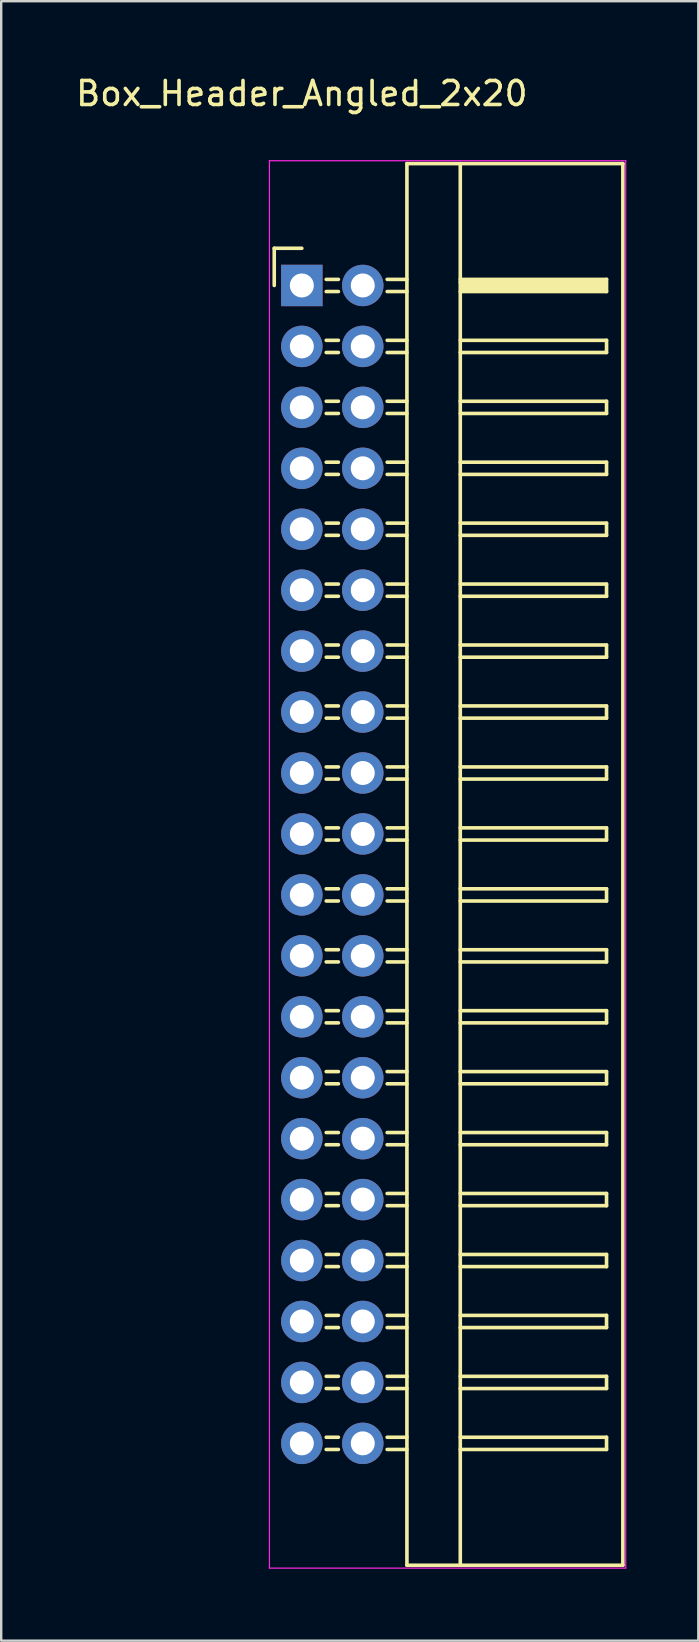
<source format=kicad_pcb>
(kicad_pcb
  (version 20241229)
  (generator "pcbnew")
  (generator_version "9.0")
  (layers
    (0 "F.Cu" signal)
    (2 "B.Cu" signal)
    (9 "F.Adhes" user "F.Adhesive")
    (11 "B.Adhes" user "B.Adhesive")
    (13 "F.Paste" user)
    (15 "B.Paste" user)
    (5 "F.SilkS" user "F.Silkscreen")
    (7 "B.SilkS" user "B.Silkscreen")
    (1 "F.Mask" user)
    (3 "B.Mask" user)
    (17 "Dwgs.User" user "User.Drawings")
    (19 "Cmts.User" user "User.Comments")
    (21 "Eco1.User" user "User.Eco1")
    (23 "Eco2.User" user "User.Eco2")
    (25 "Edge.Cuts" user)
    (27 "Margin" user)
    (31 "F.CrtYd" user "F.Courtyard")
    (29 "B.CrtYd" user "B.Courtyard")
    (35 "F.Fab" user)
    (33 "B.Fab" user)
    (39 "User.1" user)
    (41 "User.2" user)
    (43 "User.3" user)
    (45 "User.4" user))
  (footprint "Box_Header_Angled_2x20"
    (layer "F.Cu")
    (at 9.53 8.848)
    (property "Reference" "Box_Header_Angled_2x20" (at 0 -8 0) (layer "F.SilkS") (effects (font (size 1 1) (thickness 0.15))))
    (attr through_hole)
    (fp_line (start -1.15 -1.55) (end -1.15 0) (stroke (width 0.15) (type solid)) (layer "F.SilkS"))
    (fp_line (start 0 -1.55) (end -1.15 -1.55) (stroke (width 0.15) (type solid)) (layer "F.SilkS"))
    (fp_line (start 1.524 -0.254) (end 1.016 -0.254) (stroke (width 0.15) (type solid)) (layer "F.SilkS"))
    (fp_line (start 1.524 0.254) (end 1.016 0.254) (stroke (width 0.15) (type solid)) (layer "F.SilkS"))
    (fp_line (start 1.524 2.286) (end 1.016 2.286) (stroke (width 0.15) (type solid)) (layer "F.SilkS"))
    (fp_line (start 1.524 2.794) (end 1.016 2.794) (stroke (width 0.15) (type solid)) (layer "F.SilkS"))
    (fp_line (start 1.524 4.826) (end 1.016 4.826) (stroke (width 0.15) (type solid)) (layer "F.SilkS"))
    (fp_line (start 1.524 5.334) (end 1.016 5.334) (stroke (width 0.15) (type solid)) (layer "F.SilkS"))
    (fp_line (start 1.524 7.366) (end 1.016 7.366) (stroke (width 0.15) (type solid)) (layer "F.SilkS"))
    (fp_line (start 1.524 7.874) (end 1.016 7.874) (stroke (width 0.15) (type solid)) (layer "F.SilkS"))
    (fp_line (start 1.524 9.906) (end 1.016 9.906) (stroke (width 0.15) (type solid)) (layer "F.SilkS"))
    (fp_line (start 1.524 10.414) (end 1.016 10.414) (stroke (width 0.15) (type solid)) (layer "F.SilkS"))
    (fp_line (start 1.524 12.446) (end 1.016 12.446) (stroke (width 0.15) (type solid)) (layer "F.SilkS"))
    (fp_line (start 1.524 12.954) (end 1.016 12.954) (stroke (width 0.15) (type solid)) (layer "F.SilkS"))
    (fp_line (start 1.524 14.986) (end 1.016 14.986) (stroke (width 0.15) (type solid)) (layer "F.SilkS"))
    (fp_line (start 1.524 15.494) (end 1.016 15.494) (stroke (width 0.15) (type solid)) (layer "F.SilkS"))
    (fp_line (start 1.524 17.526) (end 1.016 17.526) (stroke (width 0.15) (type solid)) (layer "F.SilkS"))
    (fp_line (start 1.524 18.034) (end 1.016 18.034) (stroke (width 0.15) (type solid)) (layer "F.SilkS"))
    (fp_line (start 1.524 20.066) (end 1.016 20.066) (stroke (width 0.15) (type solid)) (layer "F.SilkS"))
    (fp_line (start 1.524 20.574) (end 1.016 20.574) (stroke (width 0.15) (type solid)) (layer "F.SilkS"))
    (fp_line (start 1.524 22.606) (end 1.016 22.606) (stroke (width 0.15) (type solid)) (layer "F.SilkS"))
    (fp_line (start 1.524 23.114) (end 1.016 23.114) (stroke (width 0.15) (type solid)) (layer "F.SilkS"))
    (fp_line (start 1.524 25.146) (end 1.016 25.146) (stroke (width 0.15) (type solid)) (layer "F.SilkS"))
    (fp_line (start 1.524 25.654) (end 1.016 25.654) (stroke (width 0.15) (type solid)) (layer "F.SilkS"))
    (fp_line (start 1.524 27.686) (end 1.016 27.686) (stroke (width 0.15) (type solid)) (layer "F.SilkS"))
    (fp_line (start 1.524 28.194) (end 1.016 28.194) (stroke (width 0.15) (type solid)) (layer "F.SilkS"))
    (fp_line (start 1.524 30.226) (end 1.016 30.226) (stroke (width 0.15) (type solid)) (layer "F.SilkS"))
    (fp_line (start 1.524 30.734) (end 1.016 30.734) (stroke (width 0.15) (type solid)) (layer "F.SilkS"))
    (fp_line (start 1.524 32.766) (end 1.016 32.766) (stroke (width 0.15) (type solid)) (layer "F.SilkS"))
    (fp_line (start 1.524 33.274) (end 1.016 33.274) (stroke (width 0.15) (type solid)) (layer "F.SilkS"))
    (fp_line (start 1.524 35.306) (end 1.016 35.306) (stroke (width 0.15) (type solid)) (layer "F.SilkS"))
    (fp_line (start 1.524 35.814) (end 1.016 35.814) (stroke (width 0.15) (type solid)) (layer "F.SilkS"))
    (fp_line (start 1.524 37.846) (end 1.016 37.846) (stroke (width 0.15) (type solid)) (layer "F.SilkS"))
    (fp_line (start 1.524 38.354) (end 1.016 38.354) (stroke (width 0.15) (type solid)) (layer "F.SilkS"))
    (fp_line (start 1.524 40.386) (end 1.016 40.386) (stroke (width 0.15) (type solid)) (layer "F.SilkS"))
    (fp_line (start 1.524 40.894) (end 1.016 40.894) (stroke (width 0.15) (type solid)) (layer "F.SilkS"))
    (fp_line (start 1.524 42.926) (end 1.016 42.926) (stroke (width 0.15) (type solid)) (layer "F.SilkS"))
    (fp_line (start 1.524 43.434) (end 1.016 43.434) (stroke (width 0.15) (type solid)) (layer "F.SilkS"))
    (fp_line (start 1.524 45.466) (end 1.016 45.466) (stroke (width 0.15) (type solid)) (layer "F.SilkS"))
    (fp_line (start 1.524 45.974) (end 1.016 45.974) (stroke (width 0.15) (type solid)) (layer "F.SilkS"))
    (fp_line (start 1.524 48.006) (end 1.016 48.006) (stroke (width 0.15) (type solid)) (layer "F.SilkS"))
    (fp_line (start 1.524 48.514) (end 1.016 48.514) (stroke (width 0.15) (type solid)) (layer "F.SilkS"))
    (fp_line (start 4.38 -5.08) (end 4.38 53.34) (stroke (width 0.15) (type solid)) (layer "F.SilkS"))
    (fp_line (start 4.38 -5.08) (end 13.38 -5.08) (stroke (width 0.15) (type solid)) (layer "F.SilkS"))
    (fp_line (start 4.38 -0.254) (end 3.556 -0.254) (stroke (width 0.15) (type solid)) (layer "F.SilkS"))
    (fp_line (start 4.38 0.254) (end 3.556 0.254) (stroke (width 0.15) (type solid)) (layer "F.SilkS"))
    (fp_line (start 4.38 2.286) (end 3.556 2.286) (stroke (width 0.15) (type solid)) (layer "F.SilkS"))
    (fp_line (start 4.38 2.794) (end 3.556 2.794) (stroke (width 0.15) (type solid)) (layer "F.SilkS"))
    (fp_line (start 4.38 4.826) (end 3.556 4.826) (stroke (width 0.15) (type solid)) (layer "F.SilkS"))
    (fp_line (start 4.38 5.334) (end 3.556 5.334) (stroke (width 0.15) (type solid)) (layer "F.SilkS"))
    (fp_line (start 4.38 7.366) (end 3.556 7.366) (stroke (width 0.15) (type solid)) (layer "F.SilkS"))
    (fp_line (start 4.38 7.874) (end 3.556 7.874) (stroke (width 0.15) (type solid)) (layer "F.SilkS"))
    (fp_line (start 4.38 9.906) (end 3.556 9.906) (stroke (width 0.15) (type solid)) (layer "F.SilkS"))
    (fp_line (start 4.38 10.414) (end 3.556 10.414) (stroke (width 0.15) (type solid)) (layer "F.SilkS"))
    (fp_line (start 4.38 12.446) (end 3.556 12.446) (stroke (width 0.15) (type solid)) (layer "F.SilkS"))
    (fp_line (start 4.38 12.954) (end 3.556 12.954) (stroke (width 0.15) (type solid)) (layer "F.SilkS"))
    (fp_line (start 4.38 14.986) (end 3.556 14.986) (stroke (width 0.15) (type solid)) (layer "F.SilkS"))
    (fp_line (start 4.38 15.494) (end 3.556 15.494) (stroke (width 0.15) (type solid)) (layer "F.SilkS"))
    (fp_line (start 4.38 17.526) (end 3.556 17.526) (stroke (width 0.15) (type solid)) (layer "F.SilkS"))
    (fp_line (start 4.38 18.034) (end 3.556 18.034) (stroke (width 0.15) (type solid)) (layer "F.SilkS"))
    (fp_line (start 4.38 20.066) (end 3.556 20.066) (stroke (width 0.15) (type solid)) (layer "F.SilkS"))
    (fp_line (start 4.38 20.574) (end 3.556 20.574) (stroke (width 0.15) (type solid)) (layer "F.SilkS"))
    (fp_line (start 4.38 22.606) (end 3.556 22.606) (stroke (width 0.15) (type solid)) (layer "F.SilkS"))
    (fp_line (start 4.38 23.114) (end 3.556 23.114) (stroke (width 0.15) (type solid)) (layer "F.SilkS"))
    (fp_line (start 4.38 25.146) (end 3.556 25.146) (stroke (width 0.15) (type solid)) (layer "F.SilkS"))
    (fp_line (start 4.38 25.654) (end 3.556 25.654) (stroke (width 0.15) (type solid)) (layer "F.SilkS"))
    (fp_line (start 4.38 27.686) (end 3.556 27.686) (stroke (width 0.15) (type solid)) (layer "F.SilkS"))
    (fp_line (start 4.38 28.194) (end 3.556 28.194) (stroke (width 0.15) (type solid)) (layer "F.SilkS"))
    (fp_line (start 4.38 30.226) (end 3.556 30.226) (stroke (width 0.15) (type solid)) (layer "F.SilkS"))
    (fp_line (start 4.38 30.734) (end 3.556 30.734) (stroke (width 0.15) (type solid)) (layer "F.SilkS"))
    (fp_line (start 4.38 32.766) (end 3.556 32.766) (stroke (width 0.15) (type solid)) (layer "F.SilkS"))
    (fp_line (start 4.38 33.274) (end 3.556 33.274) (stroke (width 0.15) (type solid)) (layer "F.SilkS"))
    (fp_line (start 4.38 35.306) (end 3.556 35.306) (stroke (width 0.15) (type solid)) (layer "F.SilkS"))
    (fp_line (start 4.38 35.814) (end 3.556 35.814) (stroke (width 0.15) (type solid)) (layer "F.SilkS"))
    (fp_line (start 4.38 37.846) (end 3.556 37.846) (stroke (width 0.15) (type solid)) (layer "F.SilkS"))
    (fp_line (start 4.38 38.354) (end 3.556 38.354) (stroke (width 0.15) (type solid)) (layer "F.SilkS"))
    (fp_line (start 4.38 40.386) (end 3.556 40.386) (stroke (width 0.15) (type solid)) (layer "F.SilkS"))
    (fp_line (start 4.38 40.894) (end 3.556 40.894) (stroke (width 0.15) (type solid)) (layer "F.SilkS"))
    (fp_line (start 4.38 42.926) (end 3.556 42.926) (stroke (width 0.15) (type solid)) (layer "F.SilkS"))
    (fp_line (start 4.38 43.434) (end 3.556 43.434) (stroke (width 0.15) (type solid)) (layer "F.SilkS"))
    (fp_line (start 4.38 45.466) (end 3.556 45.466) (stroke (width 0.15) (type solid)) (layer "F.SilkS"))
    (fp_line (start 4.38 45.974) (end 3.556 45.974) (stroke (width 0.15) (type solid)) (layer "F.SilkS"))
    (fp_line (start 4.38 48.006) (end 3.556 48.006) (stroke (width 0.15) (type solid)) (layer "F.SilkS"))
    (fp_line (start 4.38 48.514) (end 3.556 48.514) (stroke (width 0.15) (type solid)) (layer "F.SilkS"))
    (fp_line (start 4.38 53.34) (end 13.38 53.34) (stroke (width 0.15) (type solid)) (layer "F.SilkS"))
    (fp_line (start 6.604 -5.08) (end 6.604 53.34) (stroke (width 0.15) (type solid)) (layer "F.SilkS"))
    (fp_line (start 6.604 -0.254) (end 12.7 -0.254) (stroke (width 0.15) (type solid)) (layer "F.SilkS"))
    (fp_line (start 6.604 -0.127) (end 12.573 -0.127) (stroke (width 0.15) (type solid)) (layer "F.SilkS"))
    (fp_line (start 6.604 2.286) (end 12.7 2.286) (stroke (width 0.15) (type solid)) (layer "F.SilkS"))
    (fp_line (start 6.604 4.826) (end 12.7 4.826) (stroke (width 0.15) (type solid)) (layer "F.SilkS"))
    (fp_line (start 6.604 7.366) (end 12.7 7.366) (stroke (width 0.15) (type solid)) (layer "F.SilkS"))
    (fp_line (start 6.604 9.906) (end 12.7 9.906) (stroke (width 0.15) (type solid)) (layer "F.SilkS"))
    (fp_line (start 6.604 12.446) (end 12.7 12.446) (stroke (width 0.15) (type solid)) (layer "F.SilkS"))
    (fp_line (start 6.604 14.986) (end 12.7 14.986) (stroke (width 0.15) (type solid)) (layer "F.SilkS"))
    (fp_line (start 6.604 17.526) (end 12.7 17.526) (stroke (width 0.15) (type solid)) (layer "F.SilkS"))
    (fp_line (start 6.604 20.066) (end 12.7 20.066) (stroke (width 0.15) (type solid)) (layer "F.SilkS"))
    (fp_line (start 6.604 22.606) (end 12.7 22.606) (stroke (width 0.15) (type solid)) (layer "F.SilkS"))
    (fp_line (start 6.604 25.146) (end 12.7 25.146) (stroke (width 0.15) (type solid)) (layer "F.SilkS"))
    (fp_line (start 6.604 27.686) (end 12.7 27.686) (stroke (width 0.15) (type solid)) (layer "F.SilkS"))
    (fp_line (start 6.604 30.226) (end 12.7 30.226) (stroke (width 0.15) (type solid)) (layer "F.SilkS"))
    (fp_line (start 6.604 32.766) (end 12.7 32.766) (stroke (width 0.15) (type solid)) (layer "F.SilkS"))
    (fp_line (start 6.604 35.306) (end 12.7 35.306) (stroke (width 0.15) (type solid)) (layer "F.SilkS"))
    (fp_line (start 6.604 37.846) (end 12.7 37.846) (stroke (width 0.15) (type solid)) (layer "F.SilkS"))
    (fp_line (start 6.604 40.386) (end 12.7 40.386) (stroke (width 0.15) (type solid)) (layer "F.SilkS"))
    (fp_line (start 6.604 42.926) (end 12.7 42.926) (stroke (width 0.15) (type solid)) (layer "F.SilkS"))
    (fp_line (start 6.604 45.466) (end 12.7 45.466) (stroke (width 0.15) (type solid)) (layer "F.SilkS"))
    (fp_line (start 6.604 48.006) (end 12.7 48.006) (stroke (width 0.15) (type solid)) (layer "F.SilkS"))
    (fp_line (start 6.731 0) (end 12.573 0) (stroke (width 0.15) (type solid)) (layer "F.SilkS"))
    (fp_line (start 6.731 0.127) (end 6.731 0) (stroke (width 0.15) (type solid)) (layer "F.SilkS"))
    (fp_line (start 12.573 -0.127) (end 12.573 0.127) (stroke (width 0.15) (type solid)) (layer "F.SilkS"))
    (fp_line (start 12.573 0.127) (end 6.731 0.127) (stroke (width 0.15) (type solid)) (layer "F.SilkS"))
    (fp_line (start 12.7 -0.254) (end 12.7 0.254) (stroke (width 0.15) (type solid)) (layer "F.SilkS"))
    (fp_line (start 12.7 0.254) (end 6.604 0.254) (stroke (width 0.15) (type solid)) (layer "F.SilkS"))
    (fp_line (start 12.7 2.286) (end 12.7 2.794) (stroke (width 0.15) (type solid)) (layer "F.SilkS"))
    (fp_line (start 12.7 2.794) (end 6.604 2.794) (stroke (width 0.15) (type solid)) (layer "F.SilkS"))
    (fp_line (start 12.7 4.826) (end 12.7 5.334) (stroke (width 0.15) (type solid)) (layer "F.SilkS"))
    (fp_line (start 12.7 5.334) (end 6.604 5.334) (stroke (width 0.15) (type solid)) (layer "F.SilkS"))
    (fp_line (start 12.7 7.366) (end 12.7 7.874) (stroke (width 0.15) (type solid)) (layer "F.SilkS"))
    (fp_line (start 12.7 7.874) (end 6.604 7.874) (stroke (width 0.15) (type solid)) (layer "F.SilkS"))
    (fp_line (start 12.7 9.906) (end 12.7 10.414) (stroke (width 0.15) (type solid)) (layer "F.SilkS"))
    (fp_line (start 12.7 10.414) (end 6.604 10.414) (stroke (width 0.15) (type solid)) (layer "F.SilkS"))
    (fp_line (start 12.7 12.446) (end 12.7 12.954) (stroke (width 0.15) (type solid)) (layer "F.SilkS"))
    (fp_line (start 12.7 12.954) (end 6.604 12.954) (stroke (width 0.15) (type solid)) (layer "F.SilkS"))
    (fp_line (start 12.7 14.986) (end 12.7 15.494) (stroke (width 0.15) (type solid)) (layer "F.SilkS"))
    (fp_line (start 12.7 15.494) (end 6.604 15.494) (stroke (width 0.15) (type solid)) (layer "F.SilkS"))
    (fp_line (start 12.7 17.526) (end 12.7 18.034) (stroke (width 0.15) (type solid)) (layer "F.SilkS"))
    (fp_line (start 12.7 18.034) (end 6.604 18.034) (stroke (width 0.15) (type solid)) (layer "F.SilkS"))
    (fp_line (start 12.7 20.066) (end 12.7 20.574) (stroke (width 0.15) (type solid)) (layer "F.SilkS"))
    (fp_line (start 12.7 20.574) (end 6.604 20.574) (stroke (width 0.15) (type solid)) (layer "F.SilkS"))
    (fp_line (start 12.7 22.606) (end 12.7 23.114) (stroke (width 0.15) (type solid)) (layer "F.SilkS"))
    (fp_line (start 12.7 23.114) (end 6.604 23.114) (stroke (width 0.15) (type solid)) (layer "F.SilkS"))
    (fp_line (start 12.7 25.146) (end 12.7 25.654) (stroke (width 0.15) (type solid)) (layer "F.SilkS"))
    (fp_line (start 12.7 25.654) (end 6.604 25.654) (stroke (width 0.15) (type solid)) (layer "F.SilkS"))
    (fp_line (start 12.7 27.686) (end 12.7 28.194) (stroke (width 0.15) (type solid)) (layer "F.SilkS"))
    (fp_line (start 12.7 28.194) (end 6.604 28.194) (stroke (width 0.15) (type solid)) (layer "F.SilkS"))
    (fp_line (start 12.7 30.226) (end 12.7 30.734) (stroke (width 0.15) (type solid)) (layer "F.SilkS"))
    (fp_line (start 12.7 30.734) (end 6.604 30.734) (stroke (width 0.15) (type solid)) (layer "F.SilkS"))
    (fp_line (start 12.7 32.766) (end 12.7 33.274) (stroke (width 0.15) (type solid)) (layer "F.SilkS"))
    (fp_line (start 12.7 33.274) (end 6.604 33.274) (stroke (width 0.15) (type solid)) (layer "F.SilkS"))
    (fp_line (start 12.7 35.306) (end 12.7 35.814) (stroke (width 0.15) (type solid)) (layer "F.SilkS"))
    (fp_line (start 12.7 35.814) (end 6.604 35.814) (stroke (width 0.15) (type solid)) (layer "F.SilkS"))
    (fp_line (start 12.7 37.846) (end 12.7 38.354) (stroke (width 0.15) (type solid)) (layer "F.SilkS"))
    (fp_line (start 12.7 38.354) (end 6.604 38.354) (stroke (width 0.15) (type solid)) (layer "F.SilkS"))
    (fp_line (start 12.7 40.386) (end 12.7 40.894) (stroke (width 0.15) (type solid)) (layer "F.SilkS"))
    (fp_line (start 12.7 40.894) (end 6.604 40.894) (stroke (width 0.15) (type solid)) (layer "F.SilkS"))
    (fp_line (start 12.7 42.926) (end 12.7 43.434) (stroke (width 0.15) (type solid)) (layer "F.SilkS"))
    (fp_line (start 12.7 43.434) (end 6.604 43.434) (stroke (width 0.15) (type solid)) (layer "F.SilkS"))
    (fp_line (start 12.7 45.466) (end 12.7 45.974) (stroke (width 0.15) (type solid)) (layer "F.SilkS"))
    (fp_line (start 12.7 45.974) (end 6.604 45.974) (stroke (width 0.15) (type solid)) (layer "F.SilkS"))
    (fp_line (start 12.7 48.006) (end 12.7 48.514) (stroke (width 0.15) (type solid)) (layer "F.SilkS"))
    (fp_line (start 12.7 48.514) (end 6.604 48.514) (stroke (width 0.15) (type solid)) (layer "F.SilkS"))
    (fp_line (start 13.38 -5.08) (end 13.38 53.34) (stroke (width 0.15) (type solid)) (layer "F.SilkS"))
    (fp_line (start -1.35 -5.2) (end -1.35 53.46) (stroke (width 0.05) (type solid)) (layer "F.CrtYd"))
    (fp_line (start -1.35 -5.2) (end 13.5 -5.2) (stroke (width 0.05) (type solid)) (layer "F.CrtYd"))
    (fp_line (start -1.35 53.46) (end 13.5 53.46) (stroke (width 0.05) (type solid)) (layer "F.CrtYd"))
    (fp_line (start 13.5 -5.2) (end 13.5 53.46) (stroke (width 0.05) (type solid)) (layer "F.CrtYd"))
    (pad "1" thru_hole rect (at 0 0) (size 1.727 1.727) (drill 1) (layers "*.Cu" "*.Mask"))
    (pad "2" thru_hole oval (at 2.54 0) (size 1.727 1.727) (drill 1) (layers "*.Cu" "*.Mask"))
    (pad "3" thru_hole oval (at 0 2.54) (size 1.727 1.727) (drill 1) (layers "*.Cu" "*.Mask"))
    (pad "4" thru_hole oval (at 2.54 2.54) (size 1.727 1.727) (drill 1) (layers "*.Cu" "*.Mask"))
    (pad "5" thru_hole oval (at 0 5.08) (size 1.727 1.727) (drill 1) (layers "*.Cu" "*.Mask"))
    (pad "6" thru_hole oval (at 2.54 5.08) (size 1.727 1.727) (drill 1) (layers "*.Cu" "*.Mask"))
    (pad "7" thru_hole oval (at 0 7.62) (size 1.727 1.727) (drill 1) (layers "*.Cu" "*.Mask"))
    (pad "8" thru_hole oval (at 2.54 7.62) (size 1.727 1.727) (drill 1) (layers "*.Cu" "*.Mask"))
    (pad "9" thru_hole oval (at 0 10.16) (size 1.727 1.727) (drill 1) (layers "*.Cu" "*.Mask"))
    (pad "10" thru_hole oval (at 2.54 10.16) (size 1.727 1.727) (drill 1) (layers "*.Cu" "*.Mask"))
    (pad "11" thru_hole oval (at 0 12.7) (size 1.727 1.727) (drill 1) (layers "*.Cu" "*.Mask"))
    (pad "12" thru_hole oval (at 2.54 12.7) (size 1.727 1.727) (drill 1) (layers "*.Cu" "*.Mask"))
    (pad "13" thru_hole oval (at 0 15.24) (size 1.727 1.727) (drill 1) (layers "*.Cu" "*.Mask"))
    (pad "14" thru_hole oval (at 2.54 15.24) (size 1.727 1.727) (drill 1) (layers "*.Cu" "*.Mask"))
    (pad "15" thru_hole oval (at 0 17.78) (size 1.727 1.727) (drill 1) (layers "*.Cu" "*.Mask"))
    (pad "16" thru_hole oval (at 2.54 17.78) (size 1.727 1.727) (drill 1) (layers "*.Cu" "*.Mask"))
    (pad "17" thru_hole oval (at 0 20.32) (size 1.727 1.727) (drill 1) (layers "*.Cu" "*.Mask"))
    (pad "18" thru_hole oval (at 2.54 20.32) (size 1.727 1.727) (drill 1) (layers "*.Cu" "*.Mask"))
    (pad "19" thru_hole oval (at 0 22.86) (size 1.727 1.727) (drill 1) (layers "*.Cu" "*.Mask"))
    (pad "20" thru_hole oval (at 2.54 22.86) (size 1.727 1.727) (drill 1) (layers "*.Cu" "*.Mask"))
    (pad "21" thru_hole oval (at 0 25.4) (size 1.727 1.727) (drill 1) (layers "*.Cu" "*.Mask"))
    (pad "22" thru_hole oval (at 2.54 25.4) (size 1.727 1.727) (drill 1) (layers "*.Cu" "*.Mask"))
    (pad "23" thru_hole oval (at 0 27.94) (size 1.727 1.727) (drill 1) (layers "*.Cu" "*.Mask"))
    (pad "24" thru_hole oval (at 2.54 27.94) (size 1.727 1.727) (drill 1) (layers "*.Cu" "*.Mask"))
    (pad "25" thru_hole oval (at 0 30.48) (size 1.727 1.727) (drill 1) (layers "*.Cu" "*.Mask"))
    (pad "26" thru_hole oval (at 2.54 30.48) (size 1.727 1.727) (drill 1) (layers "*.Cu" "*.Mask"))
    (pad "27" thru_hole oval (at 0 33.02) (size 1.727 1.727) (drill 1) (layers "*.Cu" "*.Mask"))
    (pad "28" thru_hole oval (at 2.54 33.02) (size 1.727 1.727) (drill 1) (layers "*.Cu" "*.Mask"))
    (pad "29" thru_hole oval (at 0 35.56) (size 1.727 1.727) (drill 1) (layers "*.Cu" "*.Mask"))
    (pad "30" thru_hole oval (at 2.54 35.56) (size 1.727 1.727) (drill 1) (layers "*.Cu" "*.Mask"))
    (pad "31" thru_hole oval (at 0 38.1) (size 1.727 1.727) (drill 1) (layers "*.Cu" "*.Mask"))
    (pad "32" thru_hole oval (at 2.54 38.1) (size 1.727 1.727) (drill 1) (layers "*.Cu" "*.Mask"))
    (pad "33" thru_hole oval (at 0 40.64) (size 1.727 1.727) (drill 1) (layers "*.Cu" "*.Mask"))
    (pad "34" thru_hole oval (at 2.54 40.64) (size 1.727 1.727) (drill 1) (layers "*.Cu" "*.Mask"))
    (pad "35" thru_hole oval (at 0 43.18) (size 1.727 1.727) (drill 1) (layers "*.Cu" "*.Mask"))
    (pad "36" thru_hole oval (at 2.54 43.18) (size 1.727 1.727) (drill 1) (layers "*.Cu" "*.Mask"))
    (pad "37" thru_hole oval (at 0 45.72) (size 1.727 1.727) (drill 1) (layers "*.Cu" "*.Mask"))
    (pad "38" thru_hole oval (at 2.54 45.72) (size 1.727 1.727) (drill 1) (layers "*.Cu" "*.Mask"))
    (pad "39" thru_hole oval (at 0 48.26) (size 1.727 1.727) (drill 1) (layers "*.Cu" "*.Mask"))
    (pad "40" thru_hole oval (at 2.54 48.26) (size 1.727 1.727) (drill 1) (layers "*.Cu" "*.Mask")))
  (gr_rect
    (start -3 -3)
    (end 26.055 65.333)
    (stroke (width 0.1) (type default))
    (fill no)
    (layer "Edge.Cuts")))
</source>
